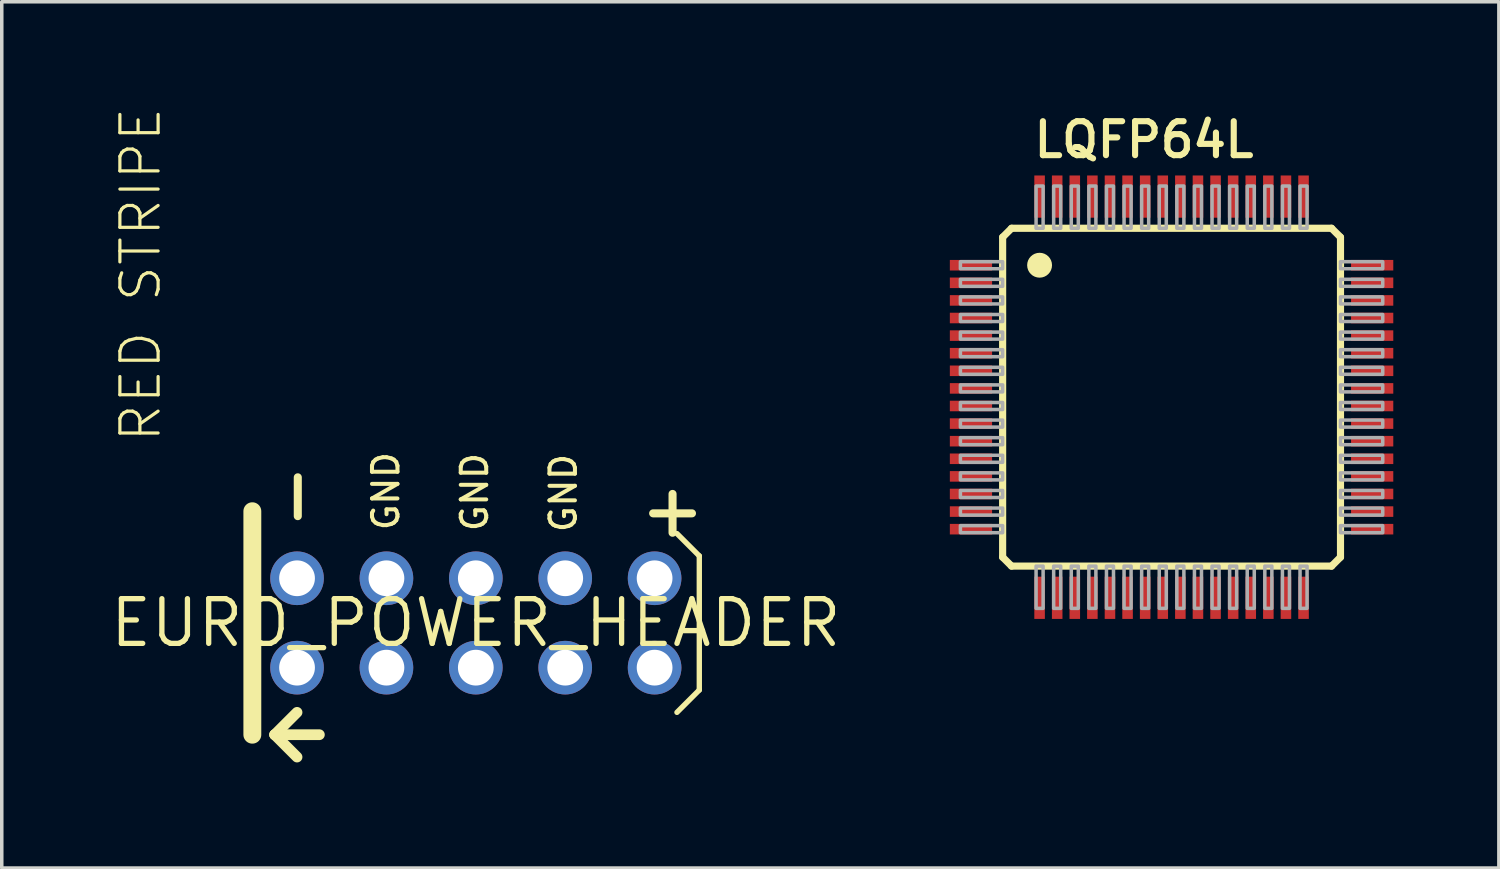
<source format=kicad_pcb>
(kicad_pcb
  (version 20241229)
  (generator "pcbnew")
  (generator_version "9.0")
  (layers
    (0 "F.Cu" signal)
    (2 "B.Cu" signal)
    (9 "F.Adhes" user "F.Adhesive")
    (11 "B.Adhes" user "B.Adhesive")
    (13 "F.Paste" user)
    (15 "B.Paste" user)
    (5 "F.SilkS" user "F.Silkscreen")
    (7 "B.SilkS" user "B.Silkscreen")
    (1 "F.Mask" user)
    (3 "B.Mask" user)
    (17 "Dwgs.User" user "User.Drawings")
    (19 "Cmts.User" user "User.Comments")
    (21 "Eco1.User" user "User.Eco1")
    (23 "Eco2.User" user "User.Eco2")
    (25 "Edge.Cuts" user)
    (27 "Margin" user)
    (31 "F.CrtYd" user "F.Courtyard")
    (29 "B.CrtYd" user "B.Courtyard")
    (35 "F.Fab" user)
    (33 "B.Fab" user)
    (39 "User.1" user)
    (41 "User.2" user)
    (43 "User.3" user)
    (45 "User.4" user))
  (footprint "EURO_POWER_HEADER"
    (layer "F.Cu")
    (at 10.47 14.651)
    (property "Reference" "EURO_POWER_HEADER" (at 0 0 0) (layer "F.SilkS") (effects (font (size 1.27 1.27) (thickness 0.15))))
    (attr through_hole)
    (fp_line (start -6.35 -3.175) (end -6.35 3.175) (stroke (width 0.508) (type solid)) (layer "F.SilkS"))
    (fp_line (start -5.715 3.175) (end -5.08 3.81) (stroke (width 0.305) (type solid)) (layer "F.SilkS"))
    (fp_line (start -5.08 2.54) (end -5.715 3.175) (stroke (width 0.305) (type solid)) (layer "F.SilkS"))
    (fp_line (start -4.445 3.175) (end -5.715 3.175) (stroke (width 0.305) (type solid)) (layer "F.SilkS"))
    (fp_line (start 5.715 -2.54) (end 6.35 -1.905) (stroke (width 0.152) (type solid)) (layer "F.SilkS"))
    (fp_line (start 6.35 -1.905) (end 6.35 1.905) (stroke (width 0.152) (type solid)) (layer "F.SilkS"))
    (fp_line (start 6.35 1.905) (end 5.715 2.54) (stroke (width 0.152) (type solid)) (layer "F.SilkS"))
    (fp_poly (pts (xy -5.334 -1.016) (xy -4.826 -1.016) (xy -4.826 -1.524) (xy -5.334 -1.524)) (stroke (width 0.1) (type solid)) (fill no) (layer "F.Fab"))
    (fp_poly (pts (xy -5.334 1.524) (xy -4.826 1.524) (xy -4.826 1.016) (xy -5.334 1.016)) (stroke (width 0.1) (type solid)) (fill no) (layer "F.Fab"))
    (fp_poly (pts (xy -2.794 -1.016) (xy -2.286 -1.016) (xy -2.286 -1.524) (xy -2.794 -1.524)) (stroke (width 0.1) (type solid)) (fill no) (layer "F.Fab"))
    (fp_poly (pts (xy -2.794 1.524) (xy -2.286 1.524) (xy -2.286 1.016) (xy -2.794 1.016)) (stroke (width 0.1) (type solid)) (fill no) (layer "F.Fab"))
    (fp_poly (pts (xy -0.254 -1.016) (xy 0.254 -1.016) (xy 0.254 -1.524) (xy -0.254 -1.524)) (stroke (width 0.1) (type solid)) (fill no) (layer "F.Fab"))
    (fp_poly (pts (xy -0.254 1.524) (xy 0.254 1.524) (xy 0.254 1.016) (xy -0.254 1.016)) (stroke (width 0.1) (type solid)) (fill no) (layer "F.Fab"))
    (fp_poly (pts (xy 2.286 -1.016) (xy 2.794 -1.016) (xy 2.794 -1.524) (xy 2.286 -1.524)) (stroke (width 0.1) (type solid)) (fill no) (layer "F.Fab"))
    (fp_poly (pts (xy 2.286 1.524) (xy 2.794 1.524) (xy 2.794 1.016) (xy 2.286 1.016)) (stroke (width 0.1) (type solid)) (fill no) (layer "F.Fab"))
    (fp_poly (pts (xy 4.826 -1.016) (xy 5.334 -1.016) (xy 5.334 -1.524) (xy 4.826 -1.524)) (stroke (width 0.1) (type solid)) (fill no) (layer "F.Fab"))
    (fp_poly (pts (xy 4.826 1.524) (xy 5.334 1.524) (xy 5.334 1.016) (xy 4.826 1.016)) (stroke (width 0.1) (type solid)) (fill no) (layer "F.Fab"))
    (fp_text user "+" (at 4.543 -2.374 0) (layer "F.SilkS") (effects (font (size 1.448 1.448) (thickness 0.229)) (justify left bottom)))
    (fp_text user "GND" (at 0.39 -2.54 90) (layer "F.SilkS") (effects (font (size 0.724 0.724) (thickness 0.114)) (justify left bottom)))
    (fp_text user "-" (at -4.318 -2.54 90) (layer "F.SilkS") (effects (font (size 1.448 1.448) (thickness 0.229)) (justify left bottom)))
    (fp_text user "GND" (at -2.132 -2.567 90) (layer "F.SilkS") (effects (font (size 0.724 0.724) (thickness 0.114)) (justify left bottom)))
    (fp_text user "GND" (at 2.911 -2.513 90) (layer "F.SilkS") (effects (font (size 0.724 0.724) (thickness 0.114)) (justify left bottom)))
    (fp_text user "RED STRIPE" (at -8.89 -5.08 270) (layer "F.SilkS") (effects (font (size 1.086 1.086) (thickness 0.091)) (justify left bottom)))
    (pad "1" thru_hole circle (at -5.08 1.27) (size 1.524 1.524) (drill 1.016) (layers "*.Cu" "*.Mask"))
    (pad "2" thru_hole circle (at -5.08 -1.27) (size 1.524 1.524) (drill 1.016) (layers "*.Cu" "*.Mask"))
    (pad "3" thru_hole circle (at -2.54 1.27) (size 1.524 1.524) (drill 1.016) (layers "*.Cu" "*.Mask"))
    (pad "4" thru_hole circle (at -2.54 -1.27) (size 1.524 1.524) (drill 1.016) (layers "*.Cu" "*.Mask"))
    (pad "5" thru_hole circle (at 0 1.27) (size 1.524 1.524) (drill 1.016) (layers "*.Cu" "*.Mask"))
    (pad "6" thru_hole circle (at 0 -1.27) (size 1.524 1.524) (drill 1.016) (layers "*.Cu" "*.Mask"))
    (pad "7" thru_hole circle (at 2.54 1.27) (size 1.524 1.524) (drill 1.016) (layers "*.Cu" "*.Mask"))
    (pad "8" thru_hole circle (at 2.54 -1.27) (size 1.524 1.524) (drill 1.016) (layers "*.Cu" "*.Mask"))
    (pad "9" thru_hole circle (at 5.08 1.27) (size 1.524 1.524) (drill 1.016) (layers "*.Cu" "*.Mask"))
    (pad "10" thru_hole circle (at 5.08 -1.27) (size 1.524 1.524) (drill 1.016) (layers "*.Cu" "*.Mask")))
  (footprint "LQFP64L"
    (layer "F.Cu")
    (at 30.239 8.236)
    (property "Reference" "LQFP64L" (at -4 -6.75 180) (layer "F.SilkS") (effects (font (size 0.965 0.965) (thickness 0.174)) (justify left bottom)))
    (attr through_hole)
    (fp_line (start -4.8 -4.546) (end -4.546 -4.8) (stroke (width 0.203) (type solid)) (layer "F.SilkS"))
    (fp_line (start -4.8 4.546) (end -4.8 -4.546) (stroke (width 0.203) (type solid)) (layer "F.SilkS"))
    (fp_line (start -4.546 -4.8) (end 4.546 -4.8) (stroke (width 0.203) (type solid)) (layer "F.SilkS"))
    (fp_line (start -4.546 4.8) (end -4.8 4.546) (stroke (width 0.203) (type solid)) (layer "F.SilkS"))
    (fp_line (start 4.546 -4.8) (end 4.8 -4.546) (stroke (width 0.203) (type solid)) (layer "F.SilkS"))
    (fp_line (start 4.546 4.8) (end -4.546 4.8) (stroke (width 0.203) (type solid)) (layer "F.SilkS"))
    (fp_line (start 4.8 -4.546) (end 4.8 4.546) (stroke (width 0.203) (type solid)) (layer "F.SilkS"))
    (fp_line (start 4.8 4.546) (end 4.546 4.8) (stroke (width 0.203) (type solid)) (layer "F.SilkS"))
    (fp_circle (center -3.75 -3.75) (end -3.573 -3.75) (stroke (width 0.353) (type solid)) (fill no) (layer "F.SilkS"))
    (fp_poly (pts (xy -6 -3.65) (xy -4.8 -3.65) (xy -4.8 -3.85) (xy -6 -3.85)) (stroke (width 0.1) (type solid)) (fill no) (layer "F.Fab"))
    (fp_poly (pts (xy -6 -3.15) (xy -4.8 -3.15) (xy -4.8 -3.35) (xy -6 -3.35)) (stroke (width 0.1) (type solid)) (fill no) (layer "F.Fab"))
    (fp_poly (pts (xy -6 -2.65) (xy -4.8 -2.65) (xy -4.8 -2.85) (xy -6 -2.85)) (stroke (width 0.1) (type solid)) (fill no) (layer "F.Fab"))
    (fp_poly (pts (xy -6 -2.15) (xy -4.8 -2.15) (xy -4.8 -2.35) (xy -6 -2.35)) (stroke (width 0.1) (type solid)) (fill no) (layer "F.Fab"))
    (fp_poly (pts (xy -6 -1.65) (xy -4.8 -1.65) (xy -4.8 -1.85) (xy -6 -1.85)) (stroke (width 0.1) (type solid)) (fill no) (layer "F.Fab"))
    (fp_poly (pts (xy -6 -1.15) (xy -4.8 -1.15) (xy -4.8 -1.35) (xy -6 -1.35)) (stroke (width 0.1) (type solid)) (fill no) (layer "F.Fab"))
    (fp_poly (pts (xy -6 -0.65) (xy -4.8 -0.65) (xy -4.8 -0.85) (xy -6 -0.85)) (stroke (width 0.1) (type solid)) (fill no) (layer "F.Fab"))
    (fp_poly (pts (xy -6 -0.15) (xy -4.8 -0.15) (xy -4.8 -0.35) (xy -6 -0.35)) (stroke (width 0.1) (type solid)) (fill no) (layer "F.Fab"))
    (fp_poly (pts (xy -6 0.35) (xy -4.8 0.35) (xy -4.8 0.15) (xy -6 0.15)) (stroke (width 0.1) (type solid)) (fill no) (layer "F.Fab"))
    (fp_poly (pts (xy -6 0.85) (xy -4.8 0.85) (xy -4.8 0.65) (xy -6 0.65)) (stroke (width 0.1) (type solid)) (fill no) (layer "F.Fab"))
    (fp_poly (pts (xy -6 1.35) (xy -4.8 1.35) (xy -4.8 1.15) (xy -6 1.15)) (stroke (width 0.1) (type solid)) (fill no) (layer "F.Fab"))
    (fp_poly (pts (xy -6 1.85) (xy -4.8 1.85) (xy -4.8 1.65) (xy -6 1.65)) (stroke (width 0.1) (type solid)) (fill no) (layer "F.Fab"))
    (fp_poly (pts (xy -6 2.35) (xy -4.8 2.35) (xy -4.8 2.15) (xy -6 2.15)) (stroke (width 0.1) (type solid)) (fill no) (layer "F.Fab"))
    (fp_poly (pts (xy -6 2.85) (xy -4.8 2.85) (xy -4.8 2.65) (xy -6 2.65)) (stroke (width 0.1) (type solid)) (fill no) (layer "F.Fab"))
    (fp_poly (pts (xy -6 3.35) (xy -4.8 3.35) (xy -4.8 3.15) (xy -6 3.15)) (stroke (width 0.1) (type solid)) (fill no) (layer "F.Fab"))
    (fp_poly (pts (xy -6 3.85) (xy -4.8 3.85) (xy -4.8 3.65) (xy -6 3.65)) (stroke (width 0.1) (type solid)) (fill no) (layer "F.Fab"))
    (fp_poly (pts (xy -3.85 -4.8) (xy -3.65 -4.8) (xy -3.65 -6) (xy -3.85 -6)) (stroke (width 0.1) (type solid)) (fill no) (layer "F.Fab"))
    (fp_poly (pts (xy -3.85 6) (xy -3.65 6) (xy -3.65 4.8) (xy -3.85 4.8)) (stroke (width 0.1) (type solid)) (fill no) (layer "F.Fab"))
    (fp_poly (pts (xy -3.35 -4.8) (xy -3.15 -4.8) (xy -3.15 -6) (xy -3.35 -6)) (stroke (width 0.1) (type solid)) (fill no) (layer "F.Fab"))
    (fp_poly (pts (xy -3.35 6) (xy -3.15 6) (xy -3.15 4.8) (xy -3.35 4.8)) (stroke (width 0.1) (type solid)) (fill no) (layer "F.Fab"))
    (fp_poly (pts (xy -2.85 -4.8) (xy -2.65 -4.8) (xy -2.65 -6) (xy -2.85 -6)) (stroke (width 0.1) (type solid)) (fill no) (layer "F.Fab"))
    (fp_poly (pts (xy -2.85 6) (xy -2.65 6) (xy -2.65 4.8) (xy -2.85 4.8)) (stroke (width 0.1) (type solid)) (fill no) (layer "F.Fab"))
    (fp_poly (pts (xy -2.35 -4.8) (xy -2.15 -4.8) (xy -2.15 -6) (xy -2.35 -6)) (stroke (width 0.1) (type solid)) (fill no) (layer "F.Fab"))
    (fp_poly (pts (xy -2.35 6) (xy -2.15 6) (xy -2.15 4.8) (xy -2.35 4.8)) (stroke (width 0.1) (type solid)) (fill no) (layer "F.Fab"))
    (fp_poly (pts (xy -1.85 -4.8) (xy -1.65 -4.8) (xy -1.65 -6) (xy -1.85 -6)) (stroke (width 0.1) (type solid)) (fill no) (layer "F.Fab"))
    (fp_poly (pts (xy -1.85 6) (xy -1.65 6) (xy -1.65 4.8) (xy -1.85 4.8)) (stroke (width 0.1) (type solid)) (fill no) (layer "F.Fab"))
    (fp_poly (pts (xy -1.35 -4.8) (xy -1.15 -4.8) (xy -1.15 -6) (xy -1.35 -6)) (stroke (width 0.1) (type solid)) (fill no) (layer "F.Fab"))
    (fp_poly (pts (xy -1.35 6) (xy -1.15 6) (xy -1.15 4.8) (xy -1.35 4.8)) (stroke (width 0.1) (type solid)) (fill no) (layer "F.Fab"))
    (fp_poly (pts (xy -0.85 -4.8) (xy -0.65 -4.8) (xy -0.65 -6) (xy -0.85 -6)) (stroke (width 0.1) (type solid)) (fill no) (layer "F.Fab"))
    (fp_poly (pts (xy -0.85 6) (xy -0.65 6) (xy -0.65 4.8) (xy -0.85 4.8)) (stroke (width 0.1) (type solid)) (fill no) (layer "F.Fab"))
    (fp_poly (pts (xy -0.35 -4.8) (xy -0.15 -4.8) (xy -0.15 -6) (xy -0.35 -6)) (stroke (width 0.1) (type solid)) (fill no) (layer "F.Fab"))
    (fp_poly (pts (xy -0.35 6) (xy -0.15 6) (xy -0.15 4.8) (xy -0.35 4.8)) (stroke (width 0.1) (type solid)) (fill no) (layer "F.Fab"))
    (fp_poly (pts (xy 0.15 -4.8) (xy 0.35 -4.8) (xy 0.35 -6) (xy 0.15 -6)) (stroke (width 0.1) (type solid)) (fill no) (layer "F.Fab"))
    (fp_poly (pts (xy 0.15 6) (xy 0.35 6) (xy 0.35 4.8) (xy 0.15 4.8)) (stroke (width 0.1) (type solid)) (fill no) (layer "F.Fab"))
    (fp_poly (pts (xy 0.65 -4.8) (xy 0.85 -4.8) (xy 0.85 -6) (xy 0.65 -6)) (stroke (width 0.1) (type solid)) (fill no) (layer "F.Fab"))
    (fp_poly (pts (xy 0.65 6) (xy 0.85 6) (xy 0.85 4.8) (xy 0.65 4.8)) (stroke (width 0.1) (type solid)) (fill no) (layer "F.Fab"))
    (fp_poly (pts (xy 1.15 -4.8) (xy 1.35 -4.8) (xy 1.35 -6) (xy 1.15 -6)) (stroke (width 0.1) (type solid)) (fill no) (layer "F.Fab"))
    (fp_poly (pts (xy 1.15 6) (xy 1.35 6) (xy 1.35 4.8) (xy 1.15 4.8)) (stroke (width 0.1) (type solid)) (fill no) (layer "F.Fab"))
    (fp_poly (pts (xy 1.65 -4.8) (xy 1.85 -4.8) (xy 1.85 -6) (xy 1.65 -6)) (stroke (width 0.1) (type solid)) (fill no) (layer "F.Fab"))
    (fp_poly (pts (xy 1.65 6) (xy 1.85 6) (xy 1.85 4.8) (xy 1.65 4.8)) (stroke (width 0.1) (type solid)) (fill no) (layer "F.Fab"))
    (fp_poly (pts (xy 2.15 -4.8) (xy 2.35 -4.8) (xy 2.35 -6) (xy 2.15 -6)) (stroke (width 0.1) (type solid)) (fill no) (layer "F.Fab"))
    (fp_poly (pts (xy 2.15 6) (xy 2.35 6) (xy 2.35 4.8) (xy 2.15 4.8)) (stroke (width 0.1) (type solid)) (fill no) (layer "F.Fab"))
    (fp_poly (pts (xy 2.65 -4.8) (xy 2.85 -4.8) (xy 2.85 -6) (xy 2.65 -6)) (stroke (width 0.1) (type solid)) (fill no) (layer "F.Fab"))
    (fp_poly (pts (xy 2.65 6) (xy 2.85 6) (xy 2.85 4.8) (xy 2.65 4.8)) (stroke (width 0.1) (type solid)) (fill no) (layer "F.Fab"))
    (fp_poly (pts (xy 3.15 -4.8) (xy 3.35 -4.8) (xy 3.35 -6) (xy 3.15 -6)) (stroke (width 0.1) (type solid)) (fill no) (layer "F.Fab"))
    (fp_poly (pts (xy 3.15 6) (xy 3.35 6) (xy 3.35 4.8) (xy 3.15 4.8)) (stroke (width 0.1) (type solid)) (fill no) (layer "F.Fab"))
    (fp_poly (pts (xy 3.65 -4.8) (xy 3.85 -4.8) (xy 3.85 -6) (xy 3.65 -6)) (stroke (width 0.1) (type solid)) (fill no) (layer "F.Fab"))
    (fp_poly (pts (xy 3.65 6) (xy 3.85 6) (xy 3.85 4.8) (xy 3.65 4.8)) (stroke (width 0.1) (type solid)) (fill no) (layer "F.Fab"))
    (fp_poly (pts (xy 4.8 -3.65) (xy 6 -3.65) (xy 6 -3.85) (xy 4.8 -3.85)) (stroke (width 0.1) (type solid)) (fill no) (layer "F.Fab"))
    (fp_poly (pts (xy 4.8 -3.15) (xy 6 -3.15) (xy 6 -3.35) (xy 4.8 -3.35)) (stroke (width 0.1) (type solid)) (fill no) (layer "F.Fab"))
    (fp_poly (pts (xy 4.8 -2.65) (xy 6 -2.65) (xy 6 -2.85) (xy 4.8 -2.85)) (stroke (width 0.1) (type solid)) (fill no) (layer "F.Fab"))
    (fp_poly (pts (xy 4.8 -2.15) (xy 6 -2.15) (xy 6 -2.35) (xy 4.8 -2.35)) (stroke (width 0.1) (type solid)) (fill no) (layer "F.Fab"))
    (fp_poly (pts (xy 4.8 -1.65) (xy 6 -1.65) (xy 6 -1.85) (xy 4.8 -1.85)) (stroke (width 0.1) (type solid)) (fill no) (layer "F.Fab"))
    (fp_poly (pts (xy 4.8 -1.15) (xy 6 -1.15) (xy 6 -1.35) (xy 4.8 -1.35)) (stroke (width 0.1) (type solid)) (fill no) (layer "F.Fab"))
    (fp_poly (pts (xy 4.8 -0.65) (xy 6 -0.65) (xy 6 -0.85) (xy 4.8 -0.85)) (stroke (width 0.1) (type solid)) (fill no) (layer "F.Fab"))
    (fp_poly (pts (xy 4.8 -0.15) (xy 6 -0.15) (xy 6 -0.35) (xy 4.8 -0.35)) (stroke (width 0.1) (type solid)) (fill no) (layer "F.Fab"))
    (fp_poly (pts (xy 4.8 0.35) (xy 6 0.35) (xy 6 0.15) (xy 4.8 0.15)) (stroke (width 0.1) (type solid)) (fill no) (layer "F.Fab"))
    (fp_poly (pts (xy 4.8 0.85) (xy 6 0.85) (xy 6 0.65) (xy 4.8 0.65)) (stroke (width 0.1) (type solid)) (fill no) (layer "F.Fab"))
    (fp_poly (pts (xy 4.8 1.35) (xy 6 1.35) (xy 6 1.15) (xy 4.8 1.15)) (stroke (width 0.1) (type solid)) (fill no) (layer "F.Fab"))
    (fp_poly (pts (xy 4.8 1.85) (xy 6 1.85) (xy 6 1.65) (xy 4.8 1.65)) (stroke (width 0.1) (type solid)) (fill no) (layer "F.Fab"))
    (fp_poly (pts (xy 4.8 2.35) (xy 6 2.35) (xy 6 2.15) (xy 4.8 2.15)) (stroke (width 0.1) (type solid)) (fill no) (layer "F.Fab"))
    (fp_poly (pts (xy 4.8 2.85) (xy 6 2.85) (xy 6 2.65) (xy 4.8 2.65)) (stroke (width 0.1) (type solid)) (fill no) (layer "F.Fab"))
    (fp_poly (pts (xy 4.8 3.35) (xy 6 3.35) (xy 6 3.15) (xy 4.8 3.15)) (stroke (width 0.1) (type solid)) (fill no) (layer "F.Fab"))
    (fp_poly (pts (xy 4.8 3.85) (xy 6 3.85) (xy 6 3.65) (xy 4.8 3.65)) (stroke (width 0.1) (type solid)) (fill no) (layer "F.Fab"))
    (pad "1" smd rect (at -5.7 -3.75) (size 1.2 0.3) (layers "F.Cu" "F.Mask" "F.Paste"))
    (pad "2" smd rect (at -5.7 -3.25) (size 1.2 0.3) (layers "F.Cu" "F.Mask" "F.Paste"))
    (pad "3" smd rect (at -5.7 -2.75) (size 1.2 0.3) (layers "F.Cu" "F.Mask" "F.Paste"))
    (pad "4" smd rect (at -5.7 -2.25) (size 1.2 0.3) (layers "F.Cu" "F.Mask" "F.Paste"))
    (pad "5" smd rect (at -5.7 -1.75) (size 1.2 0.3) (layers "F.Cu" "F.Mask" "F.Paste"))
    (pad "6" smd rect (at -5.7 -1.25) (size 1.2 0.3) (layers "F.Cu" "F.Mask" "F.Paste"))
    (pad "7" smd rect (at -5.7 -0.75) (size 1.2 0.3) (layers "F.Cu" "F.Mask" "F.Paste"))
    (pad "8" smd rect (at -5.7 -0.25) (size 1.2 0.3) (layers "F.Cu" "F.Mask" "F.Paste"))
    (pad "9" smd rect (at -5.7 0.25) (size 1.2 0.3) (layers "F.Cu" "F.Mask" "F.Paste"))
    (pad "10" smd rect (at -5.7 0.75) (size 1.2 0.3) (layers "F.Cu" "F.Mask" "F.Paste"))
    (pad "11" smd rect (at -5.7 1.25) (size 1.2 0.3) (layers "F.Cu" "F.Mask" "F.Paste"))
    (pad "12" smd rect (at -5.7 1.75) (size 1.2 0.3) (layers "F.Cu" "F.Mask" "F.Paste"))
    (pad "13" smd rect (at -5.7 2.25) (size 1.2 0.3) (layers "F.Cu" "F.Mask" "F.Paste"))
    (pad "14" smd rect (at -5.7 2.75) (size 1.2 0.3) (layers "F.Cu" "F.Mask" "F.Paste"))
    (pad "15" smd rect (at -5.7 3.25) (size 1.2 0.3) (layers "F.Cu" "F.Mask" "F.Paste"))
    (pad "16" smd rect (at -5.7 3.75) (size 1.2 0.3) (layers "F.Cu" "F.Mask" "F.Paste"))
    (pad "17" smd rect (at -3.75 5.7) (size 0.3 1.2) (layers "F.Cu" "F.Mask" "F.Paste"))
    (pad "18" smd rect (at -3.25 5.7) (size 0.3 1.2) (layers "F.Cu" "F.Mask" "F.Paste"))
    (pad "19" smd rect (at -2.75 5.7) (size 0.3 1.2) (layers "F.Cu" "F.Mask" "F.Paste"))
    (pad "20" smd rect (at -2.25 5.7) (size 0.3 1.2) (layers "F.Cu" "F.Mask" "F.Paste"))
    (pad "21" smd rect (at -1.75 5.7) (size 0.3 1.2) (layers "F.Cu" "F.Mask" "F.Paste"))
    (pad "22" smd rect (at -1.25 5.7) (size 0.3 1.2) (layers "F.Cu" "F.Mask" "F.Paste"))
    (pad "23" smd rect (at -0.75 5.7) (size 0.3 1.2) (layers "F.Cu" "F.Mask" "F.Paste"))
    (pad "24" smd rect (at -0.25 5.7) (size 0.3 1.2) (layers "F.Cu" "F.Mask" "F.Paste"))
    (pad "25" smd rect (at 0.25 5.7) (size 0.3 1.2) (layers "F.Cu" "F.Mask" "F.Paste"))
    (pad "26" smd rect (at 0.75 5.7) (size 0.3 1.2) (layers "F.Cu" "F.Mask" "F.Paste"))
    (pad "27" smd rect (at 1.25 5.7) (size 0.3 1.2) (layers "F.Cu" "F.Mask" "F.Paste"))
    (pad "28" smd rect (at 1.75 5.7) (size 0.3 1.2) (layers "F.Cu" "F.Mask" "F.Paste"))
    (pad "29" smd rect (at 2.25 5.7) (size 0.3 1.2) (layers "F.Cu" "F.Mask" "F.Paste"))
    (pad "30" smd rect (at 2.75 5.7) (size 0.3 1.2) (layers "F.Cu" "F.Mask" "F.Paste"))
    (pad "31" smd rect (at 3.25 5.7) (size 0.3 1.2) (layers "F.Cu" "F.Mask" "F.Paste"))
    (pad "32" smd rect (at 3.75 5.7) (size 0.3 1.2) (layers "F.Cu" "F.Mask" "F.Paste"))
    (pad "33" smd rect (at 5.7 3.75) (size 1.2 0.3) (layers "F.Cu" "F.Mask" "F.Paste"))
    (pad "34" smd rect (at 5.7 3.25) (size 1.2 0.3) (layers "F.Cu" "F.Mask" "F.Paste"))
    (pad "35" smd rect (at 5.7 2.75) (size 1.2 0.3) (layers "F.Cu" "F.Mask" "F.Paste"))
    (pad "36" smd rect (at 5.7 2.25) (size 1.2 0.3) (layers "F.Cu" "F.Mask" "F.Paste"))
    (pad "37" smd rect (at 5.7 1.75) (size 1.2 0.3) (layers "F.Cu" "F.Mask" "F.Paste"))
    (pad "38" smd rect (at 5.7 1.25) (size 1.2 0.3) (layers "F.Cu" "F.Mask" "F.Paste"))
    (pad "39" smd rect (at 5.7 0.75) (size 1.2 0.3) (layers "F.Cu" "F.Mask" "F.Paste"))
    (pad "40" smd rect (at 5.7 0.25) (size 1.2 0.3) (layers "F.Cu" "F.Mask" "F.Paste"))
    (pad "41" smd rect (at 5.7 -0.25) (size 1.2 0.3) (layers "F.Cu" "F.Mask" "F.Paste"))
    (pad "42" smd rect (at 5.7 -0.75) (size 1.2 0.3) (layers "F.Cu" "F.Mask" "F.Paste"))
    (pad "43" smd rect (at 5.7 -1.25) (size 1.2 0.3) (layers "F.Cu" "F.Mask" "F.Paste"))
    (pad "44" smd rect (at 5.7 -1.75) (size 1.2 0.3) (layers "F.Cu" "F.Mask" "F.Paste"))
    (pad "45" smd rect (at 5.7 -2.25) (size 1.2 0.3) (layers "F.Cu" "F.Mask" "F.Paste"))
    (pad "46" smd rect (at 5.7 -2.75) (size 1.2 0.3) (layers "F.Cu" "F.Mask" "F.Paste"))
    (pad "47" smd rect (at 5.7 -3.25) (size 1.2 0.3) (layers "F.Cu" "F.Mask" "F.Paste"))
    (pad "48" smd rect (at 5.7 -3.75) (size 1.2 0.3) (layers "F.Cu" "F.Mask" "F.Paste"))
    (pad "49" smd rect (at 3.75 -5.7) (size 0.3 1.2) (layers "F.Cu" "F.Mask" "F.Paste"))
    (pad "50" smd rect (at 3.25 -5.7) (size 0.3 1.2) (layers "F.Cu" "F.Mask" "F.Paste"))
    (pad "51" smd rect (at 2.75 -5.7) (size 0.3 1.2) (layers "F.Cu" "F.Mask" "F.Paste"))
    (pad "52" smd rect (at 2.25 -5.7) (size 0.3 1.2) (layers "F.Cu" "F.Mask" "F.Paste"))
    (pad "53" smd rect (at 1.75 -5.7) (size 0.3 1.2) (layers "F.Cu" "F.Mask" "F.Paste"))
    (pad "54" smd rect (at 1.25 -5.7) (size 0.3 1.2) (layers "F.Cu" "F.Mask" "F.Paste"))
    (pad "55" smd rect (at 0.75 -5.7) (size 0.3 1.2) (layers "F.Cu" "F.Mask" "F.Paste"))
    (pad "56" smd rect (at 0.25 -5.7) (size 0.3 1.2) (layers "F.Cu" "F.Mask" "F.Paste"))
    (pad "57" smd rect (at -0.25 -5.7) (size 0.3 1.2) (layers "F.Cu" "F.Mask" "F.Paste"))
    (pad "58" smd rect (at -0.75 -5.7) (size 0.3 1.2) (layers "F.Cu" "F.Mask" "F.Paste"))
    (pad "59" smd rect (at -1.25 -5.7) (size 0.3 1.2) (layers "F.Cu" "F.Mask" "F.Paste"))
    (pad "60" smd rect (at -1.75 -5.7) (size 0.3 1.2) (layers "F.Cu" "F.Mask" "F.Paste"))
    (pad "61" smd rect (at -2.25 -5.7) (size 0.3 1.2) (layers "F.Cu" "F.Mask" "F.Paste"))
    (pad "62" smd rect (at -2.75 -5.7) (size 0.3 1.2) (layers "F.Cu" "F.Mask" "F.Paste"))
    (pad "63" smd rect (at -3.25 -5.7) (size 0.3 1.2) (layers "F.Cu" "F.Mask" "F.Paste"))
    (pad "64" smd rect (at -3.75 -5.7) (size 0.3 1.2) (layers "F.Cu" "F.Mask" "F.Paste")))
  (gr_rect
    (start -3 -3)
    (end 39.539 21.614)
    (stroke (width 0.1) (type default))
    (fill no)
    (layer "Edge.Cuts")))
</source>
